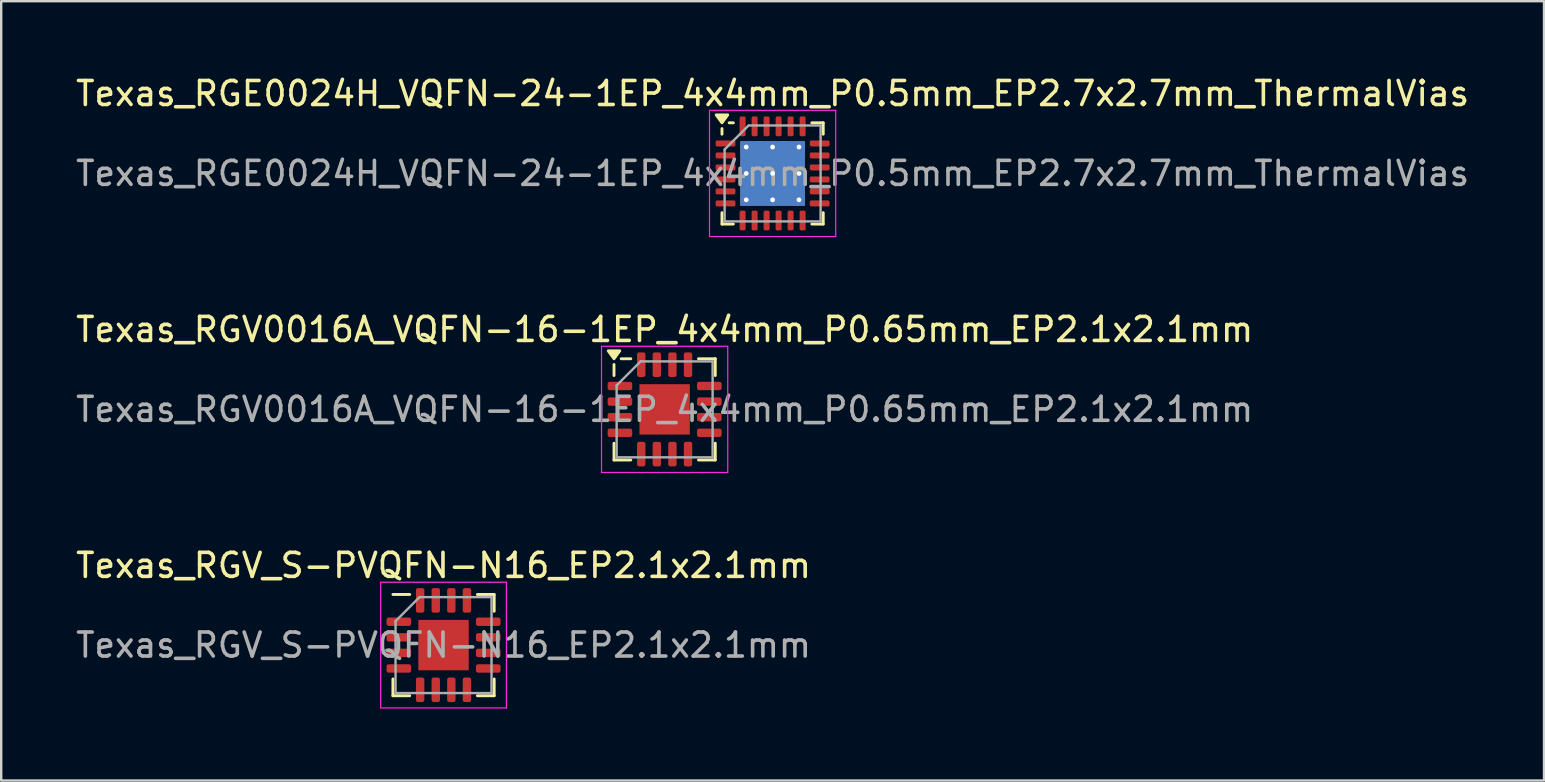
<source format=kicad_pcb>
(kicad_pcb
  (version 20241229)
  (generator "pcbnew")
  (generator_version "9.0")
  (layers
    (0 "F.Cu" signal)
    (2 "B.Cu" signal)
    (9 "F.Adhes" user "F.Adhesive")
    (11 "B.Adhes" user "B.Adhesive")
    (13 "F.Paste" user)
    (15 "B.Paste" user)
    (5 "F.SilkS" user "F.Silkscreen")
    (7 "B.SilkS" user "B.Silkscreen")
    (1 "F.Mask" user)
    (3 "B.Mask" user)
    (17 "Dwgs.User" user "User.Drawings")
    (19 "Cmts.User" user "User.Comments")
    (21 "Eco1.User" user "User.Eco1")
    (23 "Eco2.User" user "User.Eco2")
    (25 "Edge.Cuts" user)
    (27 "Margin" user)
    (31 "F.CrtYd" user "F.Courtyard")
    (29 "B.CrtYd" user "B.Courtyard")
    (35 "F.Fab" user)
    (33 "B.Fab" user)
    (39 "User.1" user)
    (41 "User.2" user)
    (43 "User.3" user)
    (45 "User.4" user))
  (footprint "Texas_RGV0016A_VQFN-16-1EP_4x4mm_P0.65mm_EP2.1x2.1mm"
    (layer "F.Cu")
    (at 24.649 14.011)
    (property "Reference" "Texas_RGV0016A_VQFN-16-1EP_4x4mm_P0.65mm_EP2.1x2.1mm" (at 0 -3.33 0) (layer "F.SilkS") (effects (font (size 1 1) (thickness 0.15))))
    (attr smd)
    (fp_line (start -2.11 -1.41) (end -2.11 -1.87) (stroke (width 0.12) (type solid)) (layer "F.SilkS"))
    (fp_line (start -2.11 2.11) (end -2.11 1.41) (stroke (width 0.12) (type solid)) (layer "F.SilkS"))
    (fp_line (start -1.41 -2.11) (end -1.81 -2.11) (stroke (width 0.12) (type solid)) (layer "F.SilkS"))
    (fp_line (start -1.41 2.11) (end -2.11 2.11) (stroke (width 0.12) (type solid)) (layer "F.SilkS"))
    (fp_line (start 1.41 -2.11) (end 2.11 -2.11) (stroke (width 0.12) (type solid)) (layer "F.SilkS"))
    (fp_line (start 1.41 2.11) (end 2.11 2.11) (stroke (width 0.12) (type solid)) (layer "F.SilkS"))
    (fp_line (start 2.11 -2.11) (end 2.11 -1.41) (stroke (width 0.12) (type solid)) (layer "F.SilkS"))
    (fp_line (start 2.11 2.11) (end 2.11 1.41) (stroke (width 0.12) (type solid)) (layer "F.SilkS"))
    (fp_poly (pts (xy -2.11 -2.11) (xy -2.35 -2.44) (xy -1.87 -2.44) (xy -2.11 -2.11)) (stroke (width 0.12) (type solid)) (fill yes) (layer "F.SilkS"))
    (fp_line (start -2.63 -2.63) (end -2.63 2.63) (stroke (width 0.05) (type solid)) (layer "F.CrtYd"))
    (fp_line (start -2.63 2.63) (end 2.63 2.63) (stroke (width 0.05) (type solid)) (layer "F.CrtYd"))
    (fp_line (start 2.63 -2.63) (end -2.63 -2.63) (stroke (width 0.05) (type solid)) (layer "F.CrtYd"))
    (fp_line (start 2.63 2.63) (end 2.63 -2.63) (stroke (width 0.05) (type solid)) (layer "F.CrtYd"))
    (fp_line (start -2 -1) (end -1 -2) (stroke (width 0.1) (type solid)) (layer "F.Fab"))
    (fp_line (start -2 2) (end -2 -1) (stroke (width 0.1) (type solid)) (layer "F.Fab"))
    (fp_line (start -1 -2) (end 2 -2) (stroke (width 0.1) (type solid)) (layer "F.Fab"))
    (fp_line (start 2 -2) (end 2 2) (stroke (width 0.1) (type solid)) (layer "F.Fab"))
    (fp_line (start 2 2) (end -2 2) (stroke (width 0.1) (type solid)) (layer "F.Fab"))
    (fp_text user "${REFERENCE}" (at 0 0 0) (layer "F.Fab") (effects (font (size 1 1) (thickness 0.15))))
    (pad "" smd roundrect (at -0.525 -0.525) (size 0.85 0.85) (layers "F.Paste") (roundrect_rratio 0.25))
    (pad "" smd roundrect (at -0.525 0.525) (size 0.85 0.85) (layers "F.Paste") (roundrect_rratio 0.25))
    (pad "" smd roundrect (at 0.525 -0.525) (size 0.85 0.85) (layers "F.Paste") (roundrect_rratio 0.25))
    (pad "" smd roundrect (at 0.525 0.525) (size 0.85 0.85) (layers "F.Paste") (roundrect_rratio 0.25))
    (pad "1" smd roundrect (at -1.863 -0.975) (size 1.025 0.35) (layers "F.Cu" "F.Mask" "F.Paste") (roundrect_rratio 0.25))
    (pad "2" smd roundrect (at -1.863 -0.325) (size 1.025 0.35) (layers "F.Cu" "F.Mask" "F.Paste") (roundrect_rratio 0.25))
    (pad "3" smd roundrect (at -1.863 0.325) (size 1.025 0.35) (layers "F.Cu" "F.Mask" "F.Paste") (roundrect_rratio 0.25))
    (pad "4" smd roundrect (at -1.863 0.975) (size 1.025 0.35) (layers "F.Cu" "F.Mask" "F.Paste") (roundrect_rratio 0.25))
    (pad "5" smd roundrect (at -0.975 1.863) (size 0.35 1.025) (layers "F.Cu" "F.Mask" "F.Paste") (roundrect_rratio 0.25))
    (pad "6" smd roundrect (at -0.325 1.863) (size 0.35 1.025) (layers "F.Cu" "F.Mask" "F.Paste") (roundrect_rratio 0.25))
    (pad "7" smd roundrect (at 0.325 1.863) (size 0.35 1.025) (layers "F.Cu" "F.Mask" "F.Paste") (roundrect_rratio 0.25))
    (pad "8" smd roundrect (at 0.975 1.863) (size 0.35 1.025) (layers "F.Cu" "F.Mask" "F.Paste") (roundrect_rratio 0.25))
    (pad "9" smd roundrect (at 1.863 0.975) (size 1.025 0.35) (layers "F.Cu" "F.Mask" "F.Paste") (roundrect_rratio 0.25))
    (pad "10" smd roundrect (at 1.863 0.325) (size 1.025 0.35) (layers "F.Cu" "F.Mask" "F.Paste") (roundrect_rratio 0.25))
    (pad "11" smd roundrect (at 1.863 -0.325) (size 1.025 0.35) (layers "F.Cu" "F.Mask" "F.Paste") (roundrect_rratio 0.25))
    (pad "12" smd roundrect (at 1.863 -0.975) (size 1.025 0.35) (layers "F.Cu" "F.Mask" "F.Paste") (roundrect_rratio 0.25))
    (pad "13" smd roundrect (at 0.975 -1.863) (size 0.35 1.025) (layers "F.Cu" "F.Mask" "F.Paste") (roundrect_rratio 0.25))
    (pad "14" smd roundrect (at 0.325 -1.863) (size 0.35 1.025) (layers "F.Cu" "F.Mask" "F.Paste") (roundrect_rratio 0.25))
    (pad "15" smd roundrect (at -0.325 -1.863) (size 0.35 1.025) (layers "F.Cu" "F.Mask" "F.Paste") (roundrect_rratio 0.25))
    (pad "16" smd roundrect (at -0.975 -1.863) (size 0.35 1.025) (layers "F.Cu" "F.Mask" "F.Paste") (roundrect_rratio 0.25))
    (pad "17" smd rect (at 0 0) (size 2.1 2.1) (property pad_prop_heatsink) (layers "F.Cu" "F.Mask")))
  (footprint "Texas_RGV_S-PVQFN-N16_EP2.1x2.1mm"
    (layer "F.Cu")
    (at 15.435 23.835)
    (property "Reference" "Texas_RGV_S-PVQFN-N16_EP2.1x2.1mm" (at 0 -3.32 0) (layer "F.SilkS") (effects (font (size 1 1) (thickness 0.15))))
    (attr smd)
    (fp_line (start -2.11 2.11) (end -2.11 1.41) (stroke (width 0.12) (type solid)) (layer "F.SilkS"))
    (fp_line (start -1.41 -2.11) (end -2.11 -2.11) (stroke (width 0.12) (type solid)) (layer "F.SilkS"))
    (fp_line (start -1.41 2.11) (end -2.11 2.11) (stroke (width 0.12) (type solid)) (layer "F.SilkS"))
    (fp_line (start 1.41 -2.11) (end 2.11 -2.11) (stroke (width 0.12) (type solid)) (layer "F.SilkS"))
    (fp_line (start 1.41 2.11) (end 2.11 2.11) (stroke (width 0.12) (type solid)) (layer "F.SilkS"))
    (fp_line (start 2.11 -2.11) (end 2.11 -1.41) (stroke (width 0.12) (type solid)) (layer "F.SilkS"))
    (fp_line (start 2.11 2.11) (end 2.11 1.41) (stroke (width 0.12) (type solid)) (layer "F.SilkS"))
    (fp_line (start -2.62 -2.62) (end -2.62 2.62) (stroke (width 0.05) (type solid)) (layer "F.CrtYd"))
    (fp_line (start -2.62 2.62) (end 2.62 2.62) (stroke (width 0.05) (type solid)) (layer "F.CrtYd"))
    (fp_line (start 2.62 -2.62) (end -2.62 -2.62) (stroke (width 0.05) (type solid)) (layer "F.CrtYd"))
    (fp_line (start 2.62 2.62) (end 2.62 -2.62) (stroke (width 0.05) (type solid)) (layer "F.CrtYd"))
    (fp_line (start -2 -1) (end -1 -2) (stroke (width 0.1) (type solid)) (layer "F.Fab"))
    (fp_line (start -2 2) (end -2 -1) (stroke (width 0.1) (type solid)) (layer "F.Fab"))
    (fp_line (start -1 -2) (end 2 -2) (stroke (width 0.1) (type solid)) (layer "F.Fab"))
    (fp_line (start 2 -2) (end 2 2) (stroke (width 0.1) (type solid)) (layer "F.Fab"))
    (fp_line (start 2 2) (end -2 2) (stroke (width 0.1) (type solid)) (layer "F.Fab"))
    (fp_text user "${REFERENCE}" (at 0 0 0) (layer "F.Fab") (effects (font (size 1 1) (thickness 0.15))))
    (pad "" smd roundrect (at -0.525 -0.525) (size 0.85 0.85) (layers "F.Paste") (roundrect_rratio 0.25))
    (pad "" smd roundrect (at -0.525 0.525) (size 0.85 0.85) (layers "F.Paste") (roundrect_rratio 0.25))
    (pad "" smd roundrect (at 0.525 -0.525) (size 0.85 0.85) (layers "F.Paste") (roundrect_rratio 0.25))
    (pad "" smd roundrect (at 0.525 0.525) (size 0.85 0.85) (layers "F.Paste") (roundrect_rratio 0.25))
    (pad "1" smd roundrect (at -1.863 -0.975) (size 1.025 0.35) (layers "F.Cu" "F.Mask" "F.Paste") (roundrect_rratio 0.25))
    (pad "2" smd roundrect (at -1.863 -0.325) (size 1.025 0.35) (layers "F.Cu" "F.Mask" "F.Paste") (roundrect_rratio 0.25))
    (pad "3" smd roundrect (at -1.863 0.325) (size 1.025 0.35) (layers "F.Cu" "F.Mask" "F.Paste") (roundrect_rratio 0.25))
    (pad "4" smd roundrect (at -1.863 0.975) (size 1.025 0.35) (layers "F.Cu" "F.Mask" "F.Paste") (roundrect_rratio 0.25))
    (pad "5" smd roundrect (at -0.975 1.863) (size 0.35 1.025) (layers "F.Cu" "F.Mask" "F.Paste") (roundrect_rratio 0.25))
    (pad "6" smd roundrect (at -0.325 1.863) (size 0.35 1.025) (layers "F.Cu" "F.Mask" "F.Paste") (roundrect_rratio 0.25))
    (pad "7" smd roundrect (at 0.325 1.863) (size 0.35 1.025) (layers "F.Cu" "F.Mask" "F.Paste") (roundrect_rratio 0.25))
    (pad "8" smd roundrect (at 0.975 1.863) (size 0.35 1.025) (layers "F.Cu" "F.Mask" "F.Paste") (roundrect_rratio 0.25))
    (pad "9" smd roundrect (at 1.863 0.975) (size 1.025 0.35) (layers "F.Cu" "F.Mask" "F.Paste") (roundrect_rratio 0.25))
    (pad "10" smd roundrect (at 1.863 0.325) (size 1.025 0.35) (layers "F.Cu" "F.Mask" "F.Paste") (roundrect_rratio 0.25))
    (pad "11" smd roundrect (at 1.863 -0.325) (size 1.025 0.35) (layers "F.Cu" "F.Mask" "F.Paste") (roundrect_rratio 0.25))
    (pad "12" smd roundrect (at 1.863 -0.975) (size 1.025 0.35) (layers "F.Cu" "F.Mask" "F.Paste") (roundrect_rratio 0.25))
    (pad "13" smd roundrect (at 0.975 -1.863) (size 0.35 1.025) (layers "F.Cu" "F.Mask" "F.Paste") (roundrect_rratio 0.25))
    (pad "14" smd roundrect (at 0.325 -1.863) (size 0.35 1.025) (layers "F.Cu" "F.Mask" "F.Paste") (roundrect_rratio 0.25))
    (pad "15" smd roundrect (at -0.325 -1.863) (size 0.35 1.025) (layers "F.Cu" "F.Mask" "F.Paste") (roundrect_rratio 0.25))
    (pad "16" smd roundrect (at -0.975 -1.863) (size 0.35 1.025) (layers "F.Cu" "F.Mask" "F.Paste") (roundrect_rratio 0.25))
    (pad "17" smd rect (at 0 0) (size 2.1 2.1) (layers "F.Cu" "F.Mask")))
  (footprint "Texas_RGE0024H_VQFN-24-1EP_4x4mm_P0.5mm_EP2.7x2.7mm_ThermalVias"
    (layer "F.Cu")
    (at 29.149 4.178)
    (property "Reference" "Texas_RGE0024H_VQFN-24-1EP_4x4mm_P0.5mm_EP2.7x2.7mm_ThermalVias" (at 0 -3.33 0) (layer "F.SilkS") (effects (font (size 1 1) (thickness 0.15))))
    (attr smd)
    (fp_line (start -2.11 -1.635) (end -2.11 -1.87) (stroke (width 0.12) (type solid)) (layer "F.SilkS"))
    (fp_line (start -2.11 2.11) (end -2.11 1.635) (stroke (width 0.12) (type solid)) (layer "F.SilkS"))
    (fp_line (start -1.635 -2.11) (end -1.81 -2.11) (stroke (width 0.12) (type solid)) (layer "F.SilkS"))
    (fp_line (start -1.635 2.11) (end -2.11 2.11) (stroke (width 0.12) (type solid)) (layer "F.SilkS"))
    (fp_line (start 1.635 -2.11) (end 2.11 -2.11) (stroke (width 0.12) (type solid)) (layer "F.SilkS"))
    (fp_line (start 1.635 2.11) (end 2.11 2.11) (stroke (width 0.12) (type solid)) (layer "F.SilkS"))
    (fp_line (start 2.11 -2.11) (end 2.11 -1.635) (stroke (width 0.12) (type solid)) (layer "F.SilkS"))
    (fp_line (start 2.11 2.11) (end 2.11 1.635) (stroke (width 0.12) (type solid)) (layer "F.SilkS"))
    (fp_poly (pts (xy -2.11 -2.11) (xy -2.35 -2.44) (xy -1.87 -2.44) (xy -2.11 -2.11)) (stroke (width 0.12) (type solid)) (fill yes) (layer "F.SilkS"))
    (fp_line (start -2.63 -2.63) (end -2.63 2.63) (stroke (width 0.05) (type solid)) (layer "F.CrtYd"))
    (fp_line (start -2.63 2.63) (end 2.63 2.63) (stroke (width 0.05) (type solid)) (layer "F.CrtYd"))
    (fp_line (start 2.63 -2.63) (end -2.63 -2.63) (stroke (width 0.05) (type solid)) (layer "F.CrtYd"))
    (fp_line (start 2.63 2.63) (end 2.63 -2.63) (stroke (width 0.05) (type solid)) (layer "F.CrtYd"))
    (fp_line (start -2 -1) (end -1 -2) (stroke (width 0.1) (type solid)) (layer "F.Fab"))
    (fp_line (start -2 2) (end -2 -1) (stroke (width 0.1) (type solid)) (layer "F.Fab"))
    (fp_line (start -1 -2) (end 2 -2) (stroke (width 0.1) (type solid)) (layer "F.Fab"))
    (fp_line (start 2 -2) (end 2 2) (stroke (width 0.1) (type solid)) (layer "F.Fab"))
    (fp_line (start 2 2) (end -2 2) (stroke (width 0.1) (type solid)) (layer "F.Fab"))
    (fp_text user "${REFERENCE}" (at 0 0 0) (layer "F.Fab") (effects (font (size 1 1) (thickness 0.15))))
    (pad "" smd roundrect (at -0.675 -0.675) (size 1.17 1.17) (layers "F.Paste") (roundrect_rratio 0.214))
    (pad "" smd roundrect (at -0.675 0.675) (size 1.17 1.17) (layers "F.Paste") (roundrect_rratio 0.214))
    (pad "" smd roundrect (at 0.675 -0.675) (size 1.17 1.17) (layers "F.Paste") (roundrect_rratio 0.214))
    (pad "" smd roundrect (at 0.675 0.675) (size 1.17 1.17) (layers "F.Paste") (roundrect_rratio 0.214))
    (pad "1" smd roundrect (at -1.962 -1.25) (size 0.825 0.25) (layers "F.Cu" "F.Mask" "F.Paste") (roundrect_rratio 0.25))
    (pad "2" smd roundrect (at -1.962 -0.75) (size 0.825 0.25) (layers "F.Cu" "F.Mask" "F.Paste") (roundrect_rratio 0.25))
    (pad "3" smd roundrect (at -1.962 -0.25) (size 0.825 0.25) (layers "F.Cu" "F.Mask" "F.Paste") (roundrect_rratio 0.25))
    (pad "4" smd roundrect (at -1.962 0.25) (size 0.825 0.25) (layers "F.Cu" "F.Mask" "F.Paste") (roundrect_rratio 0.25))
    (pad "5" smd roundrect (at -1.962 0.75) (size 0.825 0.25) (layers "F.Cu" "F.Mask" "F.Paste") (roundrect_rratio 0.25))
    (pad "6" smd roundrect (at -1.962 1.25) (size 0.825 0.25) (layers "F.Cu" "F.Mask" "F.Paste") (roundrect_rratio 0.25))
    (pad "7" smd roundrect (at -1.25 1.962) (size 0.25 0.825) (layers "F.Cu" "F.Mask" "F.Paste") (roundrect_rratio 0.25))
    (pad "8" smd roundrect (at -0.75 1.962) (size 0.25 0.825) (layers "F.Cu" "F.Mask" "F.Paste") (roundrect_rratio 0.25))
    (pad "9" smd roundrect (at -0.25 1.962) (size 0.25 0.825) (layers "F.Cu" "F.Mask" "F.Paste") (roundrect_rratio 0.25))
    (pad "10" smd roundrect (at 0.25 1.962) (size 0.25 0.825) (layers "F.Cu" "F.Mask" "F.Paste") (roundrect_rratio 0.25))
    (pad "11" smd roundrect (at 0.75 1.962) (size 0.25 0.825) (layers "F.Cu" "F.Mask" "F.Paste") (roundrect_rratio 0.25))
    (pad "12" smd roundrect (at 1.25 1.962) (size 0.25 0.825) (layers "F.Cu" "F.Mask" "F.Paste") (roundrect_rratio 0.25))
    (pad "13" smd roundrect (at 1.962 1.25) (size 0.825 0.25) (layers "F.Cu" "F.Mask" "F.Paste") (roundrect_rratio 0.25))
    (pad "14" smd roundrect (at 1.962 0.75) (size 0.825 0.25) (layers "F.Cu" "F.Mask" "F.Paste") (roundrect_rratio 0.25))
    (pad "15" smd roundrect (at 1.962 0.25) (size 0.825 0.25) (layers "F.Cu" "F.Mask" "F.Paste") (roundrect_rratio 0.25))
    (pad "16" smd roundrect (at 1.962 -0.25) (size 0.825 0.25) (layers "F.Cu" "F.Mask" "F.Paste") (roundrect_rratio 0.25))
    (pad "17" smd roundrect (at 1.962 -0.75) (size 0.825 0.25) (layers "F.Cu" "F.Mask" "F.Paste") (roundrect_rratio 0.25))
    (pad "18" smd roundrect (at 1.962 -1.25) (size 0.825 0.25) (layers "F.Cu" "F.Mask" "F.Paste") (roundrect_rratio 0.25))
    (pad "19" smd roundrect (at 1.25 -1.962) (size 0.25 0.825) (layers "F.Cu" "F.Mask" "F.Paste") (roundrect_rratio 0.25))
    (pad "20" smd roundrect (at 0.75 -1.962) (size 0.25 0.825) (layers "F.Cu" "F.Mask" "F.Paste") (roundrect_rratio 0.25))
    (pad "21" smd roundrect (at 0.25 -1.962) (size 0.25 0.825) (layers "F.Cu" "F.Mask" "F.Paste") (roundrect_rratio 0.25))
    (pad "22" smd roundrect (at -0.25 -1.962) (size 0.25 0.825) (layers "F.Cu" "F.Mask" "F.Paste") (roundrect_rratio 0.25))
    (pad "23" smd roundrect (at -0.75 -1.962) (size 0.25 0.825) (layers "F.Cu" "F.Mask" "F.Paste") (roundrect_rratio 0.25))
    (pad "24" smd roundrect (at -1.25 -1.962) (size 0.25 0.825) (layers "F.Cu" "F.Mask" "F.Paste") (roundrect_rratio 0.25))
    (pad "25" thru_hole circle (at -1.1 -1.1) (size 0.5 0.5) (drill 0.2) (property pad_prop_heatsink) (layers "*.Cu"))
    (pad "25" thru_hole circle (at -1.1 0) (size 0.5 0.5) (drill 0.2) (property pad_prop_heatsink) (layers "*.Cu"))
    (pad "25" thru_hole circle (at -1.1 1.1) (size 0.5 0.5) (drill 0.2) (property pad_prop_heatsink) (layers "*.Cu"))
    (pad "25" thru_hole circle (at 0 -1.1) (size 0.5 0.5) (drill 0.2) (property pad_prop_heatsink) (layers "*.Cu"))
    (pad "25" thru_hole circle (at 0 0) (size 0.5 0.5) (drill 0.2) (property pad_prop_heatsink) (layers "*.Cu"))
    (pad "25" smd rect (at 0 0) (size 2.7 2.7) (property pad_prop_heatsink) (layers "F.Cu" "F.Mask"))
    (pad "25" smd rect (at 0 0) (size 2.7 2.7) (property pad_prop_heatsink) (layers "B.Cu"))
    (pad "25" thru_hole circle (at 0 1.1) (size 0.5 0.5) (drill 0.2) (property pad_prop_heatsink) (layers "*.Cu"))
    (pad "25" thru_hole circle (at 1.1 -1.1) (size 0.5 0.5) (drill 0.2) (property pad_prop_heatsink) (layers "*.Cu"))
    (pad "25" thru_hole circle (at 1.1 0) (size 0.5 0.5) (drill 0.2) (property pad_prop_heatsink) (layers "*.Cu"))
    (pad "25" thru_hole circle (at 1.1 1.1) (size 0.5 0.5) (drill 0.2) (property pad_prop_heatsink) (layers "*.Cu")))
  (gr_rect
    (start -3 -3)
    (end 61.298 29.48)
    (stroke (width 0.1) (type default))
    (fill no)
    (layer "Edge.Cuts")))
</source>
